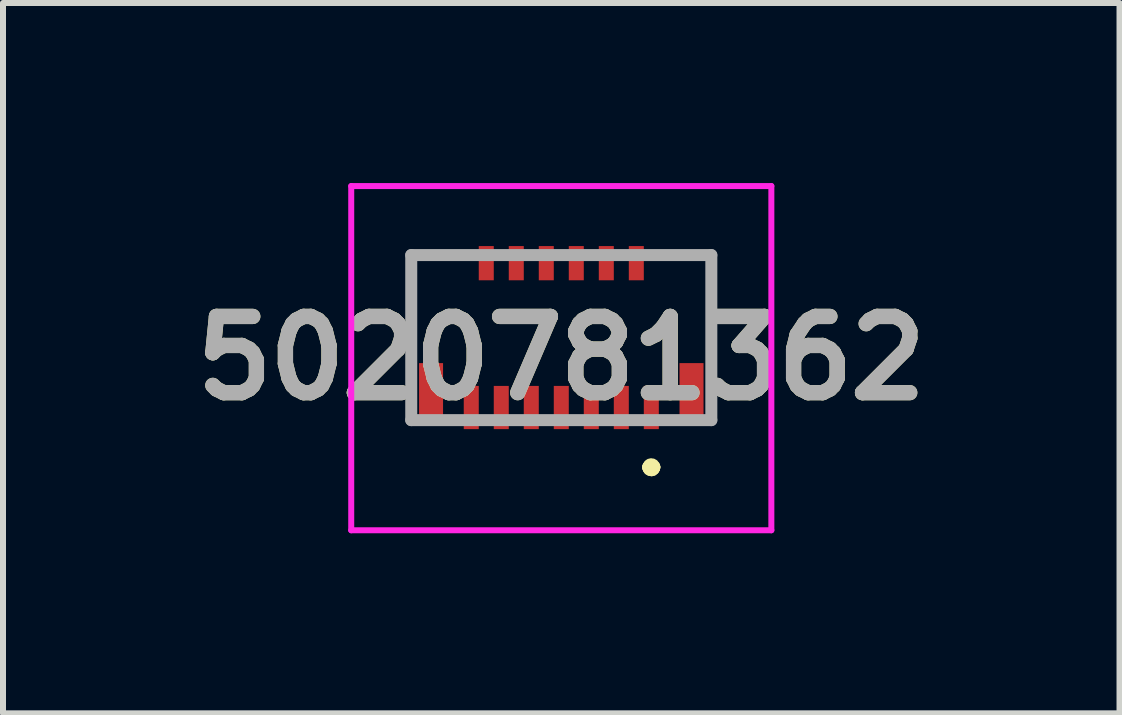
<source format=kicad_pcb>
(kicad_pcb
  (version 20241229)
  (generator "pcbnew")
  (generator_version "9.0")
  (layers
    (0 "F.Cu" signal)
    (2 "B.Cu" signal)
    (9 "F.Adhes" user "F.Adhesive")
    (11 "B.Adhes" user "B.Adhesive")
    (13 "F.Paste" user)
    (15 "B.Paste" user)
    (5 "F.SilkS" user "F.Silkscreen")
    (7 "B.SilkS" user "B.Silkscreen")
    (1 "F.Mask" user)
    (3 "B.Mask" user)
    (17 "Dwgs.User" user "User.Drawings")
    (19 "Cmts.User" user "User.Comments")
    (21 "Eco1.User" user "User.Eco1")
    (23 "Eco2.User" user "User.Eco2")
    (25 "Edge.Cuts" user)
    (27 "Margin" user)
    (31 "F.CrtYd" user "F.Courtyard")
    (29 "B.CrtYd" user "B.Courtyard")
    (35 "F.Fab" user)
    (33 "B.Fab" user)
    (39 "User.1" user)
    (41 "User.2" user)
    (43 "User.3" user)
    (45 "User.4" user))
  (footprint "5020781362"
    (layer "F.Cu")
    (at 6.302 2.575)
    (property "Reference" "5020781362" (at 0 0.343 0) (layer "F.SilkS") (effects (font (size 1.27 1.27) (thickness 0.254))))
    (attr smd)
    (fp_line (start -2.5 -1.375) (end -2.5 -1.375) (stroke (width 0.1) (type solid)) (layer "F.SilkS"))
    (fp_line (start -2.5 -1.375) (end -2.5 -1.375) (stroke (width 0.1) (type solid)) (layer "F.SilkS"))
    (fp_line (start -2.5 -1.375) (end -2.5 0.01) (stroke (width 0.1) (type solid)) (layer "F.SilkS"))
    (fp_line (start -2.5 -1.375) (end -1.75 -1.375) (stroke (width 0.1) (type solid)) (layer "F.SilkS"))
    (fp_line (start -2.5 0.01) (end -2.5 -1.375) (stroke (width 0.1) (type solid)) (layer "F.SilkS"))
    (fp_line (start -2.5 0.01) (end -2.5 0.01) (stroke (width 0.1) (type solid)) (layer "F.SilkS"))
    (fp_line (start -1.75 -1.375) (end -2.5 -1.375) (stroke (width 0.1) (type solid)) (layer "F.SilkS"))
    (fp_line (start -1.75 -1.375) (end -1.75 -1.375) (stroke (width 0.1) (type solid)) (layer "F.SilkS"))
    (fp_line (start 1.45 2.16) (end 1.45 2.16) (stroke (width 0.2) (type solid)) (layer "F.SilkS"))
    (fp_line (start 1.45 2.16) (end 1.45 2.16) (stroke (width 0.2) (type solid)) (layer "F.SilkS"))
    (fp_line (start 1.55 2.16) (end 1.55 2.16) (stroke (width 0.2) (type solid)) (layer "F.SilkS"))
    (fp_line (start 1.75 -1.375) (end 1.75 -1.375) (stroke (width 0.1) (type solid)) (layer "F.SilkS"))
    (fp_line (start 1.75 -1.375) (end 2.5 -1.375) (stroke (width 0.1) (type solid)) (layer "F.SilkS"))
    (fp_line (start 2.5 -1.375) (end 1.75 -1.375) (stroke (width 0.1) (type solid)) (layer "F.SilkS"))
    (fp_line (start 2.5 -1.375) (end 2.5 -1.375) (stroke (width 0.1) (type solid)) (layer "F.SilkS"))
    (fp_line (start 2.5 -1.375) (end 2.5 -1.375) (stroke (width 0.1) (type solid)) (layer "F.SilkS"))
    (fp_line (start 2.5 -1.375) (end 2.5 0.01) (stroke (width 0.1) (type solid)) (layer "F.SilkS"))
    (fp_line (start 2.5 0.01) (end 2.5 -1.375) (stroke (width 0.1) (type solid)) (layer "F.SilkS"))
    (fp_line (start 2.5 0.01) (end 2.5 0.01) (stroke (width 0.1) (type solid)) (layer "F.SilkS"))
    (fp_arc (start 1.45 2.16) (mid 1.5 2.11) (end 1.55 2.16) (stroke (width 0.2) (type solid)) (layer "F.SilkS"))
    (fp_arc (start 1.55 2.16) (mid 1.5 2.21) (end 1.45 2.16) (stroke (width 0.2) (type solid)) (layer "F.SilkS"))
    (fp_arc (start 1.55 2.16) (mid 1.5 2.21) (end 1.45 2.16) (stroke (width 0.2) (type solid)) (layer "F.SilkS"))
    (fp_line (start -3.5 -2.525) (end 3.5 -2.525) (stroke (width 0.1) (type solid)) (layer "F.CrtYd"))
    (fp_line (start -3.5 3.21) (end -3.5 -2.525) (stroke (width 0.1) (type solid)) (layer "F.CrtYd"))
    (fp_line (start 3.5 -2.525) (end 3.5 3.21) (stroke (width 0.1) (type solid)) (layer "F.CrtYd"))
    (fp_line (start 3.5 3.21) (end -3.5 3.21) (stroke (width 0.1) (type solid)) (layer "F.CrtYd"))
    (fp_line (start -2.5 -1.375) (end -2.5 1.375) (stroke (width 0.2) (type solid)) (layer "F.Fab"))
    (fp_line (start -2.5 1.375) (end 2.5 1.375) (stroke (width 0.2) (type solid)) (layer "F.Fab"))
    (fp_line (start 2.5 -1.375) (end -2.5 -1.375) (stroke (width 0.2) (type solid)) (layer "F.Fab"))
    (fp_line (start 2.5 1.375) (end 2.5 -1.375) (stroke (width 0.2) (type solid)) (layer "F.Fab"))
    (fp_text user "${REFERENCE}" (at 0 0.343 0) (layer "F.Fab") (effects (font (size 1.27 1.27) (thickness 0.254))))
    (pad "1" smd rect (at 1.5 1.165) (size 0.25 0.72) (layers "F.Cu" "F.Mask" "F.Paste"))
    (pad "2" smd rect (at 1.25 -1.24) (size 0.25 0.57) (layers "F.Cu" "F.Mask" "F.Paste"))
    (pad "3" smd rect (at 1 1.165) (size 0.25 0.72) (layers "F.Cu" "F.Mask" "F.Paste"))
    (pad "4" smd rect (at 0.75 -1.24) (size 0.25 0.57) (layers "F.Cu" "F.Mask" "F.Paste"))
    (pad "5" smd rect (at 0.5 1.165) (size 0.25 0.72) (layers "F.Cu" "F.Mask" "F.Paste"))
    (pad "6" smd rect (at 0.25 -1.24) (size 0.25 0.57) (layers "F.Cu" "F.Mask" "F.Paste"))
    (pad "7" smd rect (at 0 1.165) (size 0.25 0.72) (layers "F.Cu" "F.Mask" "F.Paste"))
    (pad "8" smd rect (at -0.25 -1.24) (size 0.25 0.57) (layers "F.Cu" "F.Mask" "F.Paste"))
    (pad "9" smd rect (at -0.5 1.165) (size 0.25 0.72) (layers "F.Cu" "F.Mask" "F.Paste"))
    (pad "10" smd rect (at -0.75 -1.24) (size 0.25 0.57) (layers "F.Cu" "F.Mask" "F.Paste"))
    (pad "11" smd rect (at -1 1.165) (size 0.25 0.72) (layers "F.Cu" "F.Mask" "F.Paste"))
    (pad "12" smd rect (at -1.25 -1.24) (size 0.25 0.57) (layers "F.Cu" "F.Mask" "F.Paste"))
    (pad "13" smd rect (at -1.5 1.165) (size 0.25 0.72) (layers "F.Cu" "F.Mask" "F.Paste"))
    (pad "MP1" smd rect (at 2.17 0.9) (size 0.4 0.95) (layers "F.Cu" "F.Mask" "F.Paste"))
    (pad "MP2" smd rect (at -2.17 0.9) (size 0.4 0.95) (layers "F.Cu" "F.Mask" "F.Paste")))
  (gr_rect
    (start -3 -3)
    (end 15.603 8.835)
    (stroke (width 0.1) (type default))
    (fill no)
    (layer "Edge.Cuts")))
</source>
